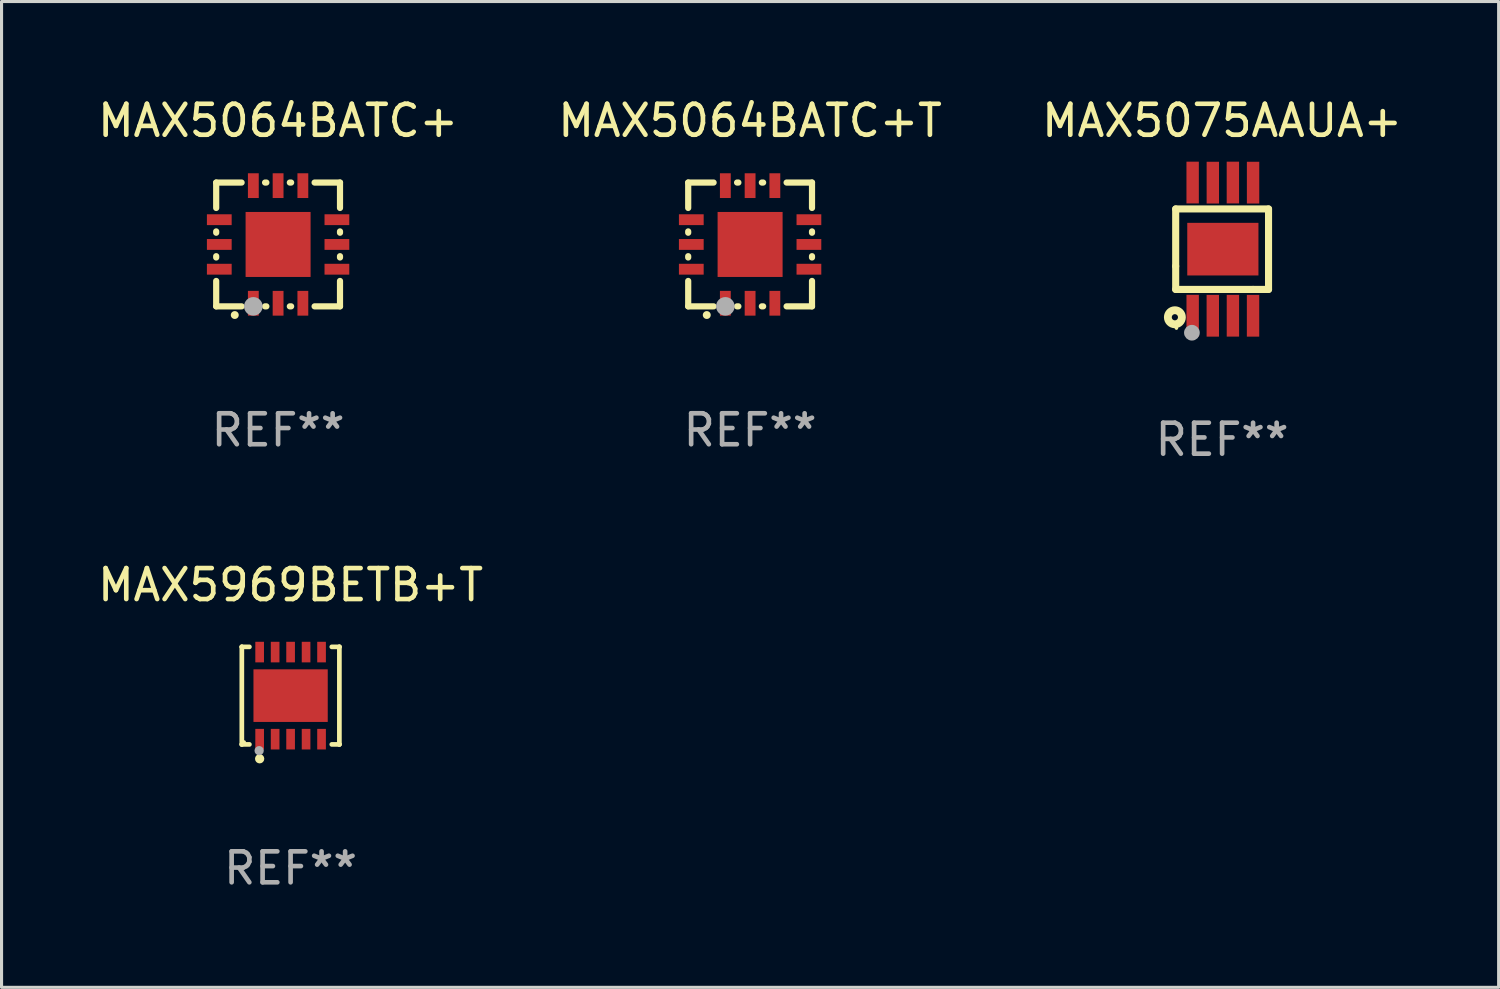
<source format=kicad_pcb>
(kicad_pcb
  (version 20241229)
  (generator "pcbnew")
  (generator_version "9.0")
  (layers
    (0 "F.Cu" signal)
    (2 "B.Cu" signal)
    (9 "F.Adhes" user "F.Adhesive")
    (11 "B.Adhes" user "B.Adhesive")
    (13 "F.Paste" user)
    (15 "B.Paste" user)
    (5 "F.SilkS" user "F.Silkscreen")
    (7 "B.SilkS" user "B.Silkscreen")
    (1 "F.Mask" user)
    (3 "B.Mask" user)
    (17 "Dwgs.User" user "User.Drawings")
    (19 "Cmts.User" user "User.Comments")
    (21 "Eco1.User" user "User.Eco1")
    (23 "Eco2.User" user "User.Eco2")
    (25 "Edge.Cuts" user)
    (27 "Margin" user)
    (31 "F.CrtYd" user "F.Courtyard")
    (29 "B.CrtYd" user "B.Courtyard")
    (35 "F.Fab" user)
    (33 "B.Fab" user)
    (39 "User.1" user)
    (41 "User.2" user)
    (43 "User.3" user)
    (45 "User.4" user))
  (footprint "MAX5064BATC+"
    (layer "F.Cu")
    (at 5.935 4.848)
    (property "Reference" "MAX5064BATC+" (at 0 -4 0) (layer "F.SilkS") (effects (font (size 1 1) (thickness 0.15))))
    (attr through_hole)
    (fp_line (start -2 -2) (end -1.179 -2) (stroke (width 0.2) (type solid)) (layer "F.SilkS"))
    (fp_line (start -2 -1.179) (end -2 -2) (stroke (width 0.2) (type solid)) (layer "F.SilkS"))
    (fp_line (start -2 -0.379) (end -2 -0.421) (stroke (width 0.2) (type solid)) (layer "F.SilkS"))
    (fp_line (start -2 0.421) (end -2 0.379) (stroke (width 0.2) (type solid)) (layer "F.SilkS"))
    (fp_line (start -2 2) (end -2 1.179) (stroke (width 0.2) (type solid)) (layer "F.SilkS"))
    (fp_line (start -1.179 2) (end -2 2) (stroke (width 0.2) (type solid)) (layer "F.SilkS"))
    (fp_line (start -0.421 -2) (end -0.379 -2) (stroke (width 0.2) (type solid)) (layer "F.SilkS"))
    (fp_line (start -0.379 2) (end -0.421 2) (stroke (width 0.2) (type solid)) (layer "F.SilkS"))
    (fp_line (start 0.379 -2) (end 0.421 -2) (stroke (width 0.2) (type solid)) (layer "F.SilkS"))
    (fp_line (start 0.421 2) (end 0.379 2) (stroke (width 0.2) (type solid)) (layer "F.SilkS"))
    (fp_line (start 1.179 -2) (end 2 -2) (stroke (width 0.2) (type solid)) (layer "F.SilkS"))
    (fp_line (start 2 -2) (end 2 -1.179) (stroke (width 0.2) (type solid)) (layer "F.SilkS"))
    (fp_line (start 2 -0.421) (end 2 -0.379) (stroke (width 0.2) (type solid)) (layer "F.SilkS"))
    (fp_line (start 2 0.379) (end 2 0.421) (stroke (width 0.2) (type solid)) (layer "F.SilkS"))
    (fp_line (start 2 1.179) (end 2 2) (stroke (width 0.2) (type solid)) (layer "F.SilkS"))
    (fp_line (start 2 2) (end 1.179 2) (stroke (width 0.2) (type solid)) (layer "F.SilkS"))
    (fp_arc (start -1.40127 2.28001) (mid -1.4 2.280003) (end -1.39873 2.28001) (stroke (width 0.254001) (type solid)) (layer "F.SilkS"))
    (fp_circle (center -2 2) (end -1.97 2) (stroke (width 0.06) (type solid)) (fill no) (layer "F.SilkS"))
    (fp_circle (center -0.8 2) (end -0.65 2) (stroke (width 0.3) (type solid)) (fill no) (layer "F.Fab"))
    (fp_text user "REF**" (at 0 6 0) (layer "F.Fab") (effects (font (size 1 1) (thickness 0.15))))
    (pad "1" smd rect (at -0.8 1.9 90) (size 0.8 0.35) (layers "F.Cu" "F.Mask" "F.Paste"))
    (pad "2" smd rect (at -0.000127 1.9 90) (size 0.8 0.35) (layers "F.Cu" "F.Mask" "F.Paste"))
    (pad "3" smd rect (at 0.8 1.9 90) (size 0.8 0.35) (layers "F.Cu" "F.Mask" "F.Paste"))
    (pad "4" smd rect (at 1.9 0.8 180) (size 0.8 0.35) (layers "F.Cu" "F.Mask" "F.Paste"))
    (pad "5" smd rect (at 1.9 -0.000127 180) (size 0.8 0.35) (layers "F.Cu" "F.Mask" "F.Paste"))
    (pad "6" smd rect (at 1.9 -0.8 180) (size 0.8 0.35) (layers "F.Cu" "F.Mask" "F.Paste"))
    (pad "7" smd rect (at 0.8 -1.9 270) (size 0.8 0.35) (layers "F.Cu" "F.Mask" "F.Paste"))
    (pad "8" smd rect (at -0.000127 -1.9 270) (size 0.8 0.35) (layers "F.Cu" "F.Mask" "F.Paste"))
    (pad "9" smd rect (at -0.8 -1.9 270) (size 0.8 0.35) (layers "F.Cu" "F.Mask" "F.Paste"))
    (pad "10" smd rect (at -1.9 -0.8) (size 0.8 0.35) (layers "F.Cu" "F.Mask" "F.Paste"))
    (pad "11" smd rect (at -1.9 -0.000127) (size 0.8 0.35) (layers "F.Cu" "F.Mask" "F.Paste"))
    (pad "12" smd rect (at -1.9 0.8) (size 0.8 0.35) (layers "F.Cu" "F.Mask" "F.Paste"))
    (pad "13" smd rect (at -0.000127 -0.000127 90) (size 2.1 2.1) (layers "F.Cu" "F.Mask" "F.Paste")))
  (footprint "MAX5969BETB+T"
    (layer "F.Cu")
    (at 6.339 19.425)
    (property "Reference" "MAX5969BETB+T" (at 0 -3.576 0) (layer "F.SilkS") (effects (font (size 1 1) (thickness 0.15))))
    (attr through_hole)
    (fp_line (start -1.576 -1.576) (end -1.576 -1.576) (stroke (width 0.152) (type solid)) (layer "F.SilkS"))
    (fp_line (start -1.576 -1.576) (end -1.331 -1.576) (stroke (width 0.152) (type solid)) (layer "F.SilkS"))
    (fp_line (start -1.576 1.576) (end -1.576 -1.576) (stroke (width 0.152) (type solid)) (layer "F.SilkS"))
    (fp_line (start -1.576 1.576) (end -1.576 1.576) (stroke (width 0.152) (type solid)) (layer "F.SilkS"))
    (fp_line (start -1.331 1.576) (end -1.576 1.576) (stroke (width 0.152) (type solid)) (layer "F.SilkS"))
    (fp_line (start 1.331 1.576) (end 1.576 1.576) (stroke (width 0.152) (type solid)) (layer "F.SilkS"))
    (fp_line (start 1.576 -1.576) (end 1.331 -1.576) (stroke (width 0.152) (type solid)) (layer "F.SilkS"))
    (fp_line (start 1.576 -1.576) (end 1.576 -1.576) (stroke (width 0.152) (type solid)) (layer "F.SilkS"))
    (fp_line (start 1.576 1.576) (end 1.576 -1.576) (stroke (width 0.152) (type solid)) (layer "F.SilkS"))
    (fp_line (start 1.576 1.576) (end 1.576 1.576) (stroke (width 0.152) (type solid)) (layer "F.SilkS"))
    (fp_circle (center -1.5 1.5) (end -1.47 1.5) (stroke (width 0.06) (type solid)) (fill no) (layer "F.SilkS"))
    (fp_circle (center -1 2.04) (end -0.925 2.04) (stroke (width 0.15) (type solid)) (fill no) (layer "F.SilkS"))
    (fp_circle (center -1.016 1.778) (end -0.941 1.778) (stroke (width 0.15) (type solid)) (fill no) (layer "F.Fab"))
    (fp_text user "REF**" (at 0 5.576 0) (layer "F.Fab") (effects (font (size 1 1) (thickness 0.15))))
    (pad "1" smd rect (at -1 1.407) (size 0.28 0.665) (layers "F.Cu" "F.Mask" "F.Paste"))
    (pad "2" smd rect (at -0.5 1.407) (size 0.28 0.665) (layers "F.Cu" "F.Mask" "F.Paste"))
    (pad "3" smd rect (at 0 1.407) (size 0.28 0.665) (layers "F.Cu" "F.Mask" "F.Paste"))
    (pad "4" smd rect (at 0.5 1.407) (size 0.28 0.665) (layers "F.Cu" "F.Mask" "F.Paste"))
    (pad "5" smd rect (at 1 1.407) (size 0.28 0.665) (layers "F.Cu" "F.Mask" "F.Paste"))
    (pad "6" smd rect (at 1 -1.407) (size 0.28 0.665) (layers "F.Cu" "F.Mask" "F.Paste"))
    (pad "7" smd rect (at 0.5 -1.407) (size 0.28 0.665) (layers "F.Cu" "F.Mask" "F.Paste"))
    (pad "8" smd rect (at 0 -1.407) (size 0.28 0.665) (layers "F.Cu" "F.Mask" "F.Paste"))
    (pad "9" smd rect (at -0.5 -1.407) (size 0.28 0.665) (layers "F.Cu" "F.Mask" "F.Paste"))
    (pad "10" smd rect (at -1 -1.407) (size 0.28 0.665) (layers "F.Cu" "F.Mask" "F.Paste"))
    (pad "11" smd rect (at 0 0) (size 2.4 1.7) (layers "F.Cu" "F.Mask" "F.Paste")))
  (footprint "MAX5064BATC+T"
    (layer "F.Cu")
    (at 21.185 4.848)
    (property "Reference" "MAX5064BATC+T" (at 0 -4 0) (layer "F.SilkS") (effects (font (size 1 1) (thickness 0.15))))
    (attr through_hole)
    (fp_line (start -2 -2) (end -1.179 -2) (stroke (width 0.2) (type solid)) (layer "F.SilkS"))
    (fp_line (start -2 -1.179) (end -2 -2) (stroke (width 0.2) (type solid)) (layer "F.SilkS"))
    (fp_line (start -2 -0.379) (end -2 -0.421) (stroke (width 0.2) (type solid)) (layer "F.SilkS"))
    (fp_line (start -2 0.421) (end -2 0.379) (stroke (width 0.2) (type solid)) (layer "F.SilkS"))
    (fp_line (start -2 2) (end -2 1.179) (stroke (width 0.2) (type solid)) (layer "F.SilkS"))
    (fp_line (start -1.179 2) (end -2 2) (stroke (width 0.2) (type solid)) (layer "F.SilkS"))
    (fp_line (start -0.421 -2) (end -0.379 -2) (stroke (width 0.2) (type solid)) (layer "F.SilkS"))
    (fp_line (start -0.379 2) (end -0.421 2) (stroke (width 0.2) (type solid)) (layer "F.SilkS"))
    (fp_line (start 0.379 -2) (end 0.421 -2) (stroke (width 0.2) (type solid)) (layer "F.SilkS"))
    (fp_line (start 0.421 2) (end 0.379 2) (stroke (width 0.2) (type solid)) (layer "F.SilkS"))
    (fp_line (start 1.179 -2) (end 2 -2) (stroke (width 0.2) (type solid)) (layer "F.SilkS"))
    (fp_line (start 2 -2) (end 2 -1.179) (stroke (width 0.2) (type solid)) (layer "F.SilkS"))
    (fp_line (start 2 -0.421) (end 2 -0.379) (stroke (width 0.2) (type solid)) (layer "F.SilkS"))
    (fp_line (start 2 0.379) (end 2 0.421) (stroke (width 0.2) (type solid)) (layer "F.SilkS"))
    (fp_line (start 2 1.179) (end 2 2) (stroke (width 0.2) (type solid)) (layer "F.SilkS"))
    (fp_line (start 2 2) (end 1.179 2) (stroke (width 0.2) (type solid)) (layer "F.SilkS"))
    (fp_arc (start -1.40127 2.28001) (mid -1.4 2.280003) (end -1.39873 2.28001) (stroke (width 0.254001) (type solid)) (layer "F.SilkS"))
    (fp_circle (center -2 2) (end -1.97 2) (stroke (width 0.06) (type solid)) (fill no) (layer "F.SilkS"))
    (fp_circle (center -0.8 2) (end -0.65 2) (stroke (width 0.3) (type solid)) (fill no) (layer "F.Fab"))
    (fp_text user "REF**" (at 0 6 0) (layer "F.Fab") (effects (font (size 1 1) (thickness 0.15))))
    (pad "1" smd rect (at -0.8 1.9 90) (size 0.8 0.35) (layers "F.Cu" "F.Mask" "F.Paste"))
    (pad "2" smd rect (at -0.000127 1.9 90) (size 0.8 0.35) (layers "F.Cu" "F.Mask" "F.Paste"))
    (pad "3" smd rect (at 0.8 1.9 90) (size 0.8 0.35) (layers "F.Cu" "F.Mask" "F.Paste"))
    (pad "4" smd rect (at 1.9 0.8 180) (size 0.8 0.35) (layers "F.Cu" "F.Mask" "F.Paste"))
    (pad "5" smd rect (at 1.9 -0.000127 180) (size 0.8 0.35) (layers "F.Cu" "F.Mask" "F.Paste"))
    (pad "6" smd rect (at 1.9 -0.8 180) (size 0.8 0.35) (layers "F.Cu" "F.Mask" "F.Paste"))
    (pad "7" smd rect (at 0.8 -1.9 270) (size 0.8 0.35) (layers "F.Cu" "F.Mask" "F.Paste"))
    (pad "8" smd rect (at -0.000127 -1.9 270) (size 0.8 0.35) (layers "F.Cu" "F.Mask" "F.Paste"))
    (pad "9" smd rect (at -0.8 -1.9 270) (size 0.8 0.35) (layers "F.Cu" "F.Mask" "F.Paste"))
    (pad "10" smd rect (at -1.9 -0.8) (size 0.8 0.35) (layers "F.Cu" "F.Mask" "F.Paste"))
    (pad "11" smd rect (at -1.9 -0.000127) (size 0.8 0.35) (layers "F.Cu" "F.Mask" "F.Paste"))
    (pad "12" smd rect (at -1.9 0.8) (size 0.8 0.35) (layers "F.Cu" "F.Mask" "F.Paste"))
    (pad "13" smd rect (at -0.000127 -0.000127 90) (size 2.1 2.1) (layers "F.Cu" "F.Mask" "F.Paste")))
  (footprint "MAX5075AAUA+"
    (layer "F.Cu")
    (at 36.435 5)
    (property "Reference" "MAX5075AAUA+" (at 0 -4.152 0) (layer "F.SilkS") (effects (font (size 1 1) (thickness 0.15))))
    (attr through_hole)
    (fp_line (start -1.5 1.301) (end 1 1.301) (stroke (width 0.229) (type solid)) (layer "F.SilkS"))
    (fp_line (start -1.5 -1.299) (end -1.5 0.551) (stroke (width 0.229) (type solid)) (layer "F.SilkS"))
    (fp_line (start -1.5 0.551) (end -1.5 1.301) (stroke (width 0.229) (type solid)) (layer "F.SilkS"))
    (fp_line (start 1 1.301) (end 1.5 1.301) (stroke (width 0.229) (type solid)) (layer "F.SilkS"))
    (fp_line (start 1.5 1.301) (end 1.5 -1.299) (stroke (width 0.229) (type solid)) (layer "F.SilkS"))
    (fp_line (start 1.5 -1.299) (end -1.5 -1.299) (stroke (width 0.229) (type solid)) (layer "F.SilkS"))
    (fp_circle (center -1.526 2.2) (end -1.426 2.2) (stroke (width 0.254) (type solid)) (fill no) (layer "F.SilkS"))
    (fp_circle (center -1.476 2.55) (end -1.446 2.55) (stroke (width 0.06) (type solid)) (fill no) (layer "F.SilkS"))
    (fp_circle (center -0.976 2.7) (end -0.849 2.7) (stroke (width 0.254) (type solid)) (fill no) (layer "F.Fab"))
    (fp_text user "REF**" (at 0 6.152 0) (layer "F.Fab") (effects (font (size 1 1) (thickness 0.15))))
    (pad "1" smd rect (at -0.951 2.15) (size 0.4 1.349) (layers "F.Cu" "F.Mask" "F.Paste"))
    (pad "2" smd rect (at -0.301 2.152) (size 0.4 1.349) (layers "F.Cu" "F.Mask" "F.Paste"))
    (pad "3" smd rect (at 0.349 2.151) (size 0.4 1.349) (layers "F.Cu" "F.Mask" "F.Paste"))
    (pad "4" smd rect (at 0.999 2.152) (size 0.4 1.349) (layers "F.Cu" "F.Mask" "F.Paste"))
    (pad "5" smd rect (at 1 -2.149) (size 0.4 1.349) (layers "F.Cu" "F.Mask" "F.Paste"))
    (pad "6" smd rect (at 0.348 -2.152) (size 0.4 1.349) (layers "F.Cu" "F.Mask" "F.Paste"))
    (pad "7" smd rect (at -0.3 -2.149) (size 0.4 1.349) (layers "F.Cu" "F.Mask" "F.Paste"))
    (pad "8" smd rect (at -0.952 -2.152) (size 0.4 1.349) (layers "F.Cu" "F.Mask" "F.Paste"))
    (pad "9" smd rect (at 0.024 0 90) (size 1.7 2.3) (layers "F.Cu" "F.Mask" "F.Paste")))
  (gr_rect
    (start -3 -3)
    (end 45.369 28.85)
    (stroke (width 0.1) (type default))
    (fill no)
    (layer "Edge.Cuts")))
</source>
